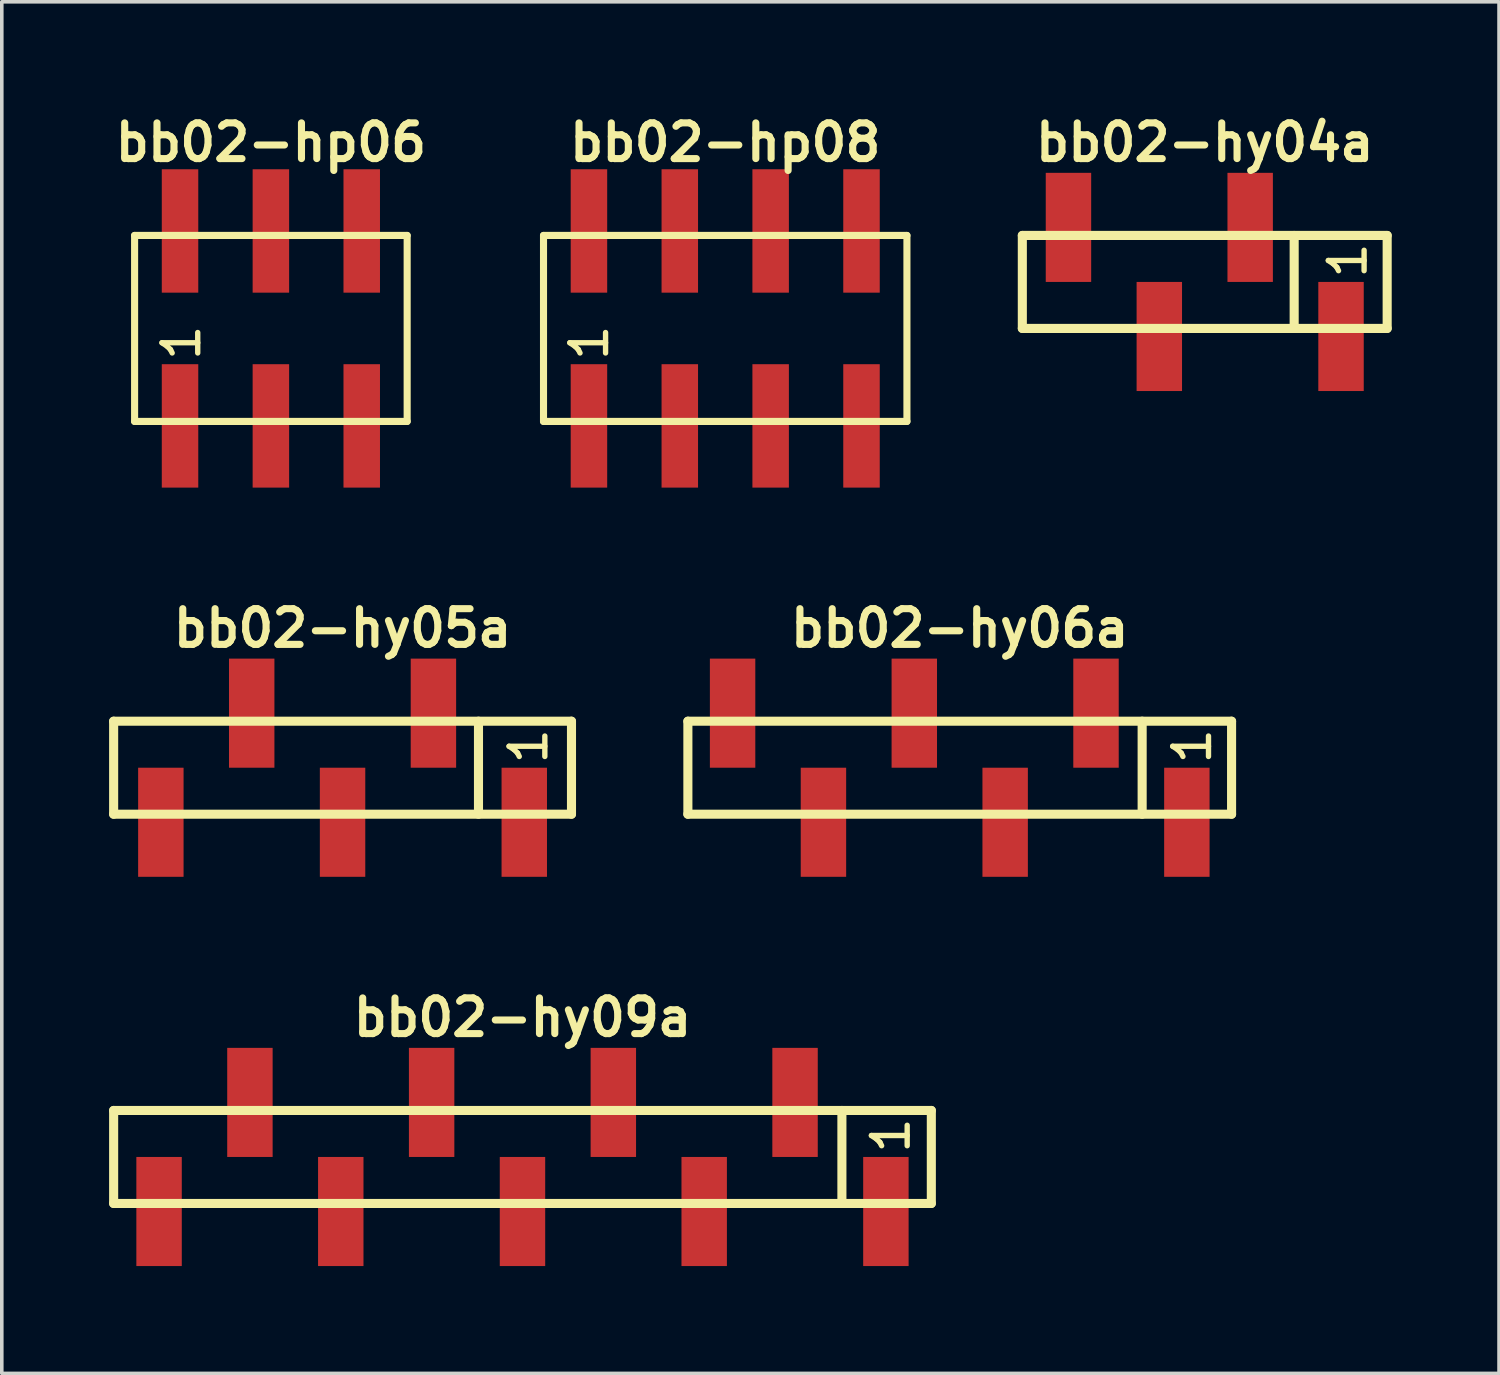
<source format=kicad_pcb>
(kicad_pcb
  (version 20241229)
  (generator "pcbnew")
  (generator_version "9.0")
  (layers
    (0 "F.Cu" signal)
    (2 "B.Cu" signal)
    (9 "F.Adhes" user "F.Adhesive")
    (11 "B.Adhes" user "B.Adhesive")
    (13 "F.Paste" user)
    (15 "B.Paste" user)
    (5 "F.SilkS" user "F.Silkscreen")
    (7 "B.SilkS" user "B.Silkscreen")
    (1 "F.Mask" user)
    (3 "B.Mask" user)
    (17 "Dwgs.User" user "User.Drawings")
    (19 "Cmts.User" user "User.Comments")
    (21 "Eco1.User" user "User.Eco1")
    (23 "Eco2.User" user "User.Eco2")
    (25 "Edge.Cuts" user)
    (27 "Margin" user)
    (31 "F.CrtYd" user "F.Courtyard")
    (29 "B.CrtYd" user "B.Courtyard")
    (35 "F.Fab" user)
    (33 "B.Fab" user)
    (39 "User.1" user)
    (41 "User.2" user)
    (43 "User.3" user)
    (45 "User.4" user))
  (footprint "bb02-hy09a"
    (layer "F.Cu")
    (at 11.557 29.295)
    (property "Reference" "bb02-hy09a" (at 0 -3.9 0) (layer "F.SilkS") (effects (font (size 0.998 0.998) (thickness 0.198))))
    (attr through_hole)
    (fp_line (start -11.43 -1.3) (end 11.43 -1.3) (stroke (width 0.254) (type solid)) (layer "F.SilkS"))
    (fp_line (start -11.43 1.3) (end -11.43 -1.3) (stroke (width 0.254) (type solid)) (layer "F.SilkS"))
    (fp_line (start 8.93 1.3) (end 8.93 -1.3) (stroke (width 0.254) (type solid)) (layer "F.SilkS"))
    (fp_line (start 11.43 -1.3) (end 11.43 1.3) (stroke (width 0.254) (type solid)) (layer "F.SilkS"))
    (fp_line (start 11.43 1.3) (end -11.43 1.3) (stroke (width 0.254) (type solid)) (layer "F.SilkS"))
    (fp_text user "1" (at 10.3 -0.6 90) (layer "F.SilkS") (effects (font (size 1 1) (thickness 0.15))))
    (pad "1" smd rect (at 10.16 1.525) (size 1.27 3.05) (layers "F.Cu" "F.Mask" "F.Paste"))
    (pad "2" smd rect (at 7.62 -1.525) (size 1.27 3.05) (layers "F.Cu" "F.Mask" "F.Paste"))
    (pad "3" smd rect (at 5.08 1.525) (size 1.27 3.05) (layers "F.Cu" "F.Mask" "F.Paste"))
    (pad "4" smd rect (at 2.54 -1.525) (size 1.27 3.05) (layers "F.Cu" "F.Mask" "F.Paste"))
    (pad "5" smd rect (at 0 1.525) (size 1.27 3.05) (layers "F.Cu" "F.Mask" "F.Paste"))
    (pad "6" smd rect (at -2.54 -1.525) (size 1.27 3.05) (layers "F.Cu" "F.Mask" "F.Paste"))
    (pad "7" smd rect (at -5.08 1.525) (size 1.27 3.05) (layers "F.Cu" "F.Mask" "F.Paste"))
    (pad "8" smd rect (at -7.62 -1.525) (size 1.27 3.05) (layers "F.Cu" "F.Mask" "F.Paste"))
    (pad "9" smd rect (at -10.16 1.525) (size 1.27 3.05) (layers "F.Cu" "F.Mask" "F.Paste")))
  (footprint "bb02-hp06"
    (layer "F.Cu")
    (at 4.523 6.132)
    (property "Reference" "bb02-hp06" (at 0 -5.2 0) (layer "F.SilkS") (effects (font (size 0.998 0.998) (thickness 0.198))))
    (attr through_hole)
    (fp_line (start -3.81 -2.6) (end -3.81 2.6) (stroke (width 0.198) (type solid)) (layer "F.SilkS"))
    (fp_line (start -3.81 -2.6) (end 3.81 -2.6) (stroke (width 0.198) (type solid)) (layer "F.SilkS"))
    (fp_line (start 3.81 2.6) (end -3.81 2.6) (stroke (width 0.198) (type solid)) (layer "F.SilkS"))
    (fp_line (start 3.81 2.6) (end 3.81 -2.6) (stroke (width 0.198) (type solid)) (layer "F.SilkS"))
    (fp_text user "1" (at -2.5 0.4 90) (layer "F.SilkS") (effects (font (size 1 1) (thickness 0.15))))
    (pad "1" smd rect (at -2.54 2.725) (size 1.02 3.45) (layers "F.Cu" "F.Mask" "F.Paste"))
    (pad "2" smd rect (at -2.54 -2.725) (size 1.02 3.45) (layers "F.Cu" "F.Mask" "F.Paste"))
    (pad "3" smd rect (at 0 2.725) (size 1.02 3.45) (layers "F.Cu" "F.Mask" "F.Paste"))
    (pad "4" smd rect (at 0 -2.725) (size 1.02 3.45) (layers "F.Cu" "F.Mask" "F.Paste"))
    (pad "5" smd rect (at 2.54 2.725) (size 1.02 3.45) (layers "F.Cu" "F.Mask" "F.Paste"))
    (pad "6" smd rect (at 2.54 -2.725) (size 1.02 3.45) (layers "F.Cu" "F.Mask" "F.Paste")))
  (footprint "bb02-hy06a"
    (layer "F.Cu")
    (at 23.781 18.413)
    (property "Reference" "bb02-hy06a" (at 0 -3.9 0) (layer "F.SilkS") (effects (font (size 0.998 0.998) (thickness 0.198))))
    (attr through_hole)
    (fp_line (start -7.6 -1.3) (end 7.6 -1.3) (stroke (width 0.254) (type solid)) (layer "F.SilkS"))
    (fp_line (start -7.6 1.3) (end -7.6 -1.3) (stroke (width 0.254) (type solid)) (layer "F.SilkS"))
    (fp_line (start 5.1 1.3) (end 5.1 -1.3) (stroke (width 0.254) (type solid)) (layer "F.SilkS"))
    (fp_line (start 7.6 -1.3) (end 7.6 1.3) (stroke (width 0.254) (type solid)) (layer "F.SilkS"))
    (fp_line (start 7.6 1.3) (end -7.6 1.3) (stroke (width 0.254) (type solid)) (layer "F.SilkS"))
    (fp_text user "1" (at 6.5 -0.6 90) (layer "F.SilkS") (effects (font (size 1 1) (thickness 0.15))))
    (pad "1" smd rect (at 6.35 1.525) (size 1.27 3.05) (layers "F.Cu" "F.Mask" "F.Paste"))
    (pad "2" smd rect (at 3.81 -1.525) (size 1.27 3.05) (layers "F.Cu" "F.Mask" "F.Paste"))
    (pad "3" smd rect (at 1.27 1.525) (size 1.27 3.05) (layers "F.Cu" "F.Mask" "F.Paste"))
    (pad "4" smd rect (at -1.27 -1.525) (size 1.27 3.05) (layers "F.Cu" "F.Mask" "F.Paste"))
    (pad "5" smd rect (at -3.81 1.525) (size 1.27 3.05) (layers "F.Cu" "F.Mask" "F.Paste"))
    (pad "6" smd rect (at -6.35 -1.525) (size 1.27 3.05) (layers "F.Cu" "F.Mask" "F.Paste")))
  (footprint "bb02-hp08"
    (layer "F.Cu")
    (at 17.225 6.132)
    (property "Reference" "bb02-hp08" (at 0 -5.2 0) (layer "F.SilkS") (effects (font (size 0.998 0.998) (thickness 0.198))))
    (attr through_hole)
    (fp_line (start -5.08 -2.6) (end -5.08 2.6) (stroke (width 0.198) (type solid)) (layer "F.SilkS"))
    (fp_line (start -5.08 -2.6) (end 5.08 -2.6) (stroke (width 0.198) (type solid)) (layer "F.SilkS"))
    (fp_line (start 5.08 2.6) (end -5.08 2.6) (stroke (width 0.198) (type solid)) (layer "F.SilkS"))
    (fp_line (start 5.08 2.6) (end 5.08 -2.6) (stroke (width 0.198) (type solid)) (layer "F.SilkS"))
    (fp_text user "1" (at -3.8 0.4 90) (layer "F.SilkS") (effects (font (size 1 1) (thickness 0.15))))
    (pad "1" smd rect (at -3.81 2.725) (size 1.02 3.45) (layers "F.Cu" "F.Mask" "F.Paste"))
    (pad "2" smd rect (at -3.81 -2.725) (size 1.02 3.45) (layers "F.Cu" "F.Mask" "F.Paste"))
    (pad "3" smd rect (at -1.27 2.725) (size 1.02 3.45) (layers "F.Cu" "F.Mask" "F.Paste"))
    (pad "4" smd rect (at -1.27 -2.725) (size 1.02 3.45) (layers "F.Cu" "F.Mask" "F.Paste"))
    (pad "5" smd rect (at 1.27 2.725) (size 1.02 3.45) (layers "F.Cu" "F.Mask" "F.Paste"))
    (pad "6" smd rect (at 1.27 -2.725) (size 1.02 3.45) (layers "F.Cu" "F.Mask" "F.Paste"))
    (pad "7" smd rect (at 3.81 2.725) (size 1.02 3.45) (layers "F.Cu" "F.Mask" "F.Paste"))
    (pad "8" smd rect (at 3.81 -2.725) (size 1.02 3.45) (layers "F.Cu" "F.Mask" "F.Paste")))
  (footprint "bb02-hy05a"
    (layer "F.Cu")
    (at 6.527 18.413)
    (property "Reference" "bb02-hy05a" (at 0 -3.9 0) (layer "F.SilkS") (effects (font (size 0.998 0.998) (thickness 0.198))))
    (attr through_hole)
    (fp_line (start -6.4 -1.3) (end 6.4 -1.3) (stroke (width 0.254) (type solid)) (layer "F.SilkS"))
    (fp_line (start -6.4 1.3) (end -6.4 -1.3) (stroke (width 0.254) (type solid)) (layer "F.SilkS"))
    (fp_line (start 3.8 1.3) (end 3.8 -1.3) (stroke (width 0.254) (type solid)) (layer "F.SilkS"))
    (fp_line (start 6.4 -1.3) (end 6.4 1.3) (stroke (width 0.254) (type solid)) (layer "F.SilkS"))
    (fp_line (start 6.4 1.3) (end -6.4 1.3) (stroke (width 0.254) (type solid)) (layer "F.SilkS"))
    (fp_text user "1" (at 5.2 -0.6 90) (layer "F.SilkS") (effects (font (size 1 1) (thickness 0.15))))
    (pad "1" smd rect (at 5.08 1.525) (size 1.27 3.05) (layers "F.Cu" "F.Mask" "F.Paste"))
    (pad "2" smd rect (at 2.54 -1.525) (size 1.27 3.05) (layers "F.Cu" "F.Mask" "F.Paste"))
    (pad "3" smd rect (at 0 1.525) (size 1.27 3.05) (layers "F.Cu" "F.Mask" "F.Paste"))
    (pad "4" smd rect (at -2.54 -1.525) (size 1.27 3.05) (layers "F.Cu" "F.Mask" "F.Paste"))
    (pad "5" smd rect (at -5.08 1.525) (size 1.27 3.05) (layers "F.Cu" "F.Mask" "F.Paste")))
  (footprint "bb02-hy04a"
    (layer "F.Cu")
    (at 30.631 4.832)
    (property "Reference" "bb02-hy04a" (at 0 -3.9 0) (layer "F.SilkS") (effects (font (size 0.998 0.998) (thickness 0.198))))
    (attr through_hole)
    (fp_line (start -5.1 -1.3) (end 5.1 -1.3) (stroke (width 0.254) (type solid)) (layer "F.SilkS"))
    (fp_line (start -5.1 1.3) (end -5.1 -1.3) (stroke (width 0.254) (type solid)) (layer "F.SilkS"))
    (fp_line (start 2.5 1.3) (end 2.5 -1.3) (stroke (width 0.254) (type solid)) (layer "F.SilkS"))
    (fp_line (start 5.1 -1.3) (end 5.1 1.3) (stroke (width 0.254) (type solid)) (layer "F.SilkS"))
    (fp_line (start 5.1 1.3) (end -5.1 1.3) (stroke (width 0.254) (type solid)) (layer "F.SilkS"))
    (fp_text user "1" (at 4 -0.6 90) (layer "F.SilkS") (effects (font (size 1 1) (thickness 0.15))))
    (pad "1" smd rect (at 3.81 1.525) (size 1.27 3.05) (layers "F.Cu" "F.Mask" "F.Paste"))
    (pad "2" smd rect (at 1.27 -1.525) (size 1.27 3.05) (layers "F.Cu" "F.Mask" "F.Paste"))
    (pad "3" smd rect (at -1.27 1.525) (size 1.27 3.05) (layers "F.Cu" "F.Mask" "F.Paste"))
    (pad "4" smd rect (at -3.81 -1.525) (size 1.27 3.05) (layers "F.Cu" "F.Mask" "F.Paste")))
  (gr_rect
    (start -3 -3)
    (end 38.858 35.345)
    (stroke (width 0.1) (type default))
    (fill no)
    (layer "Edge.Cuts")))
</source>
